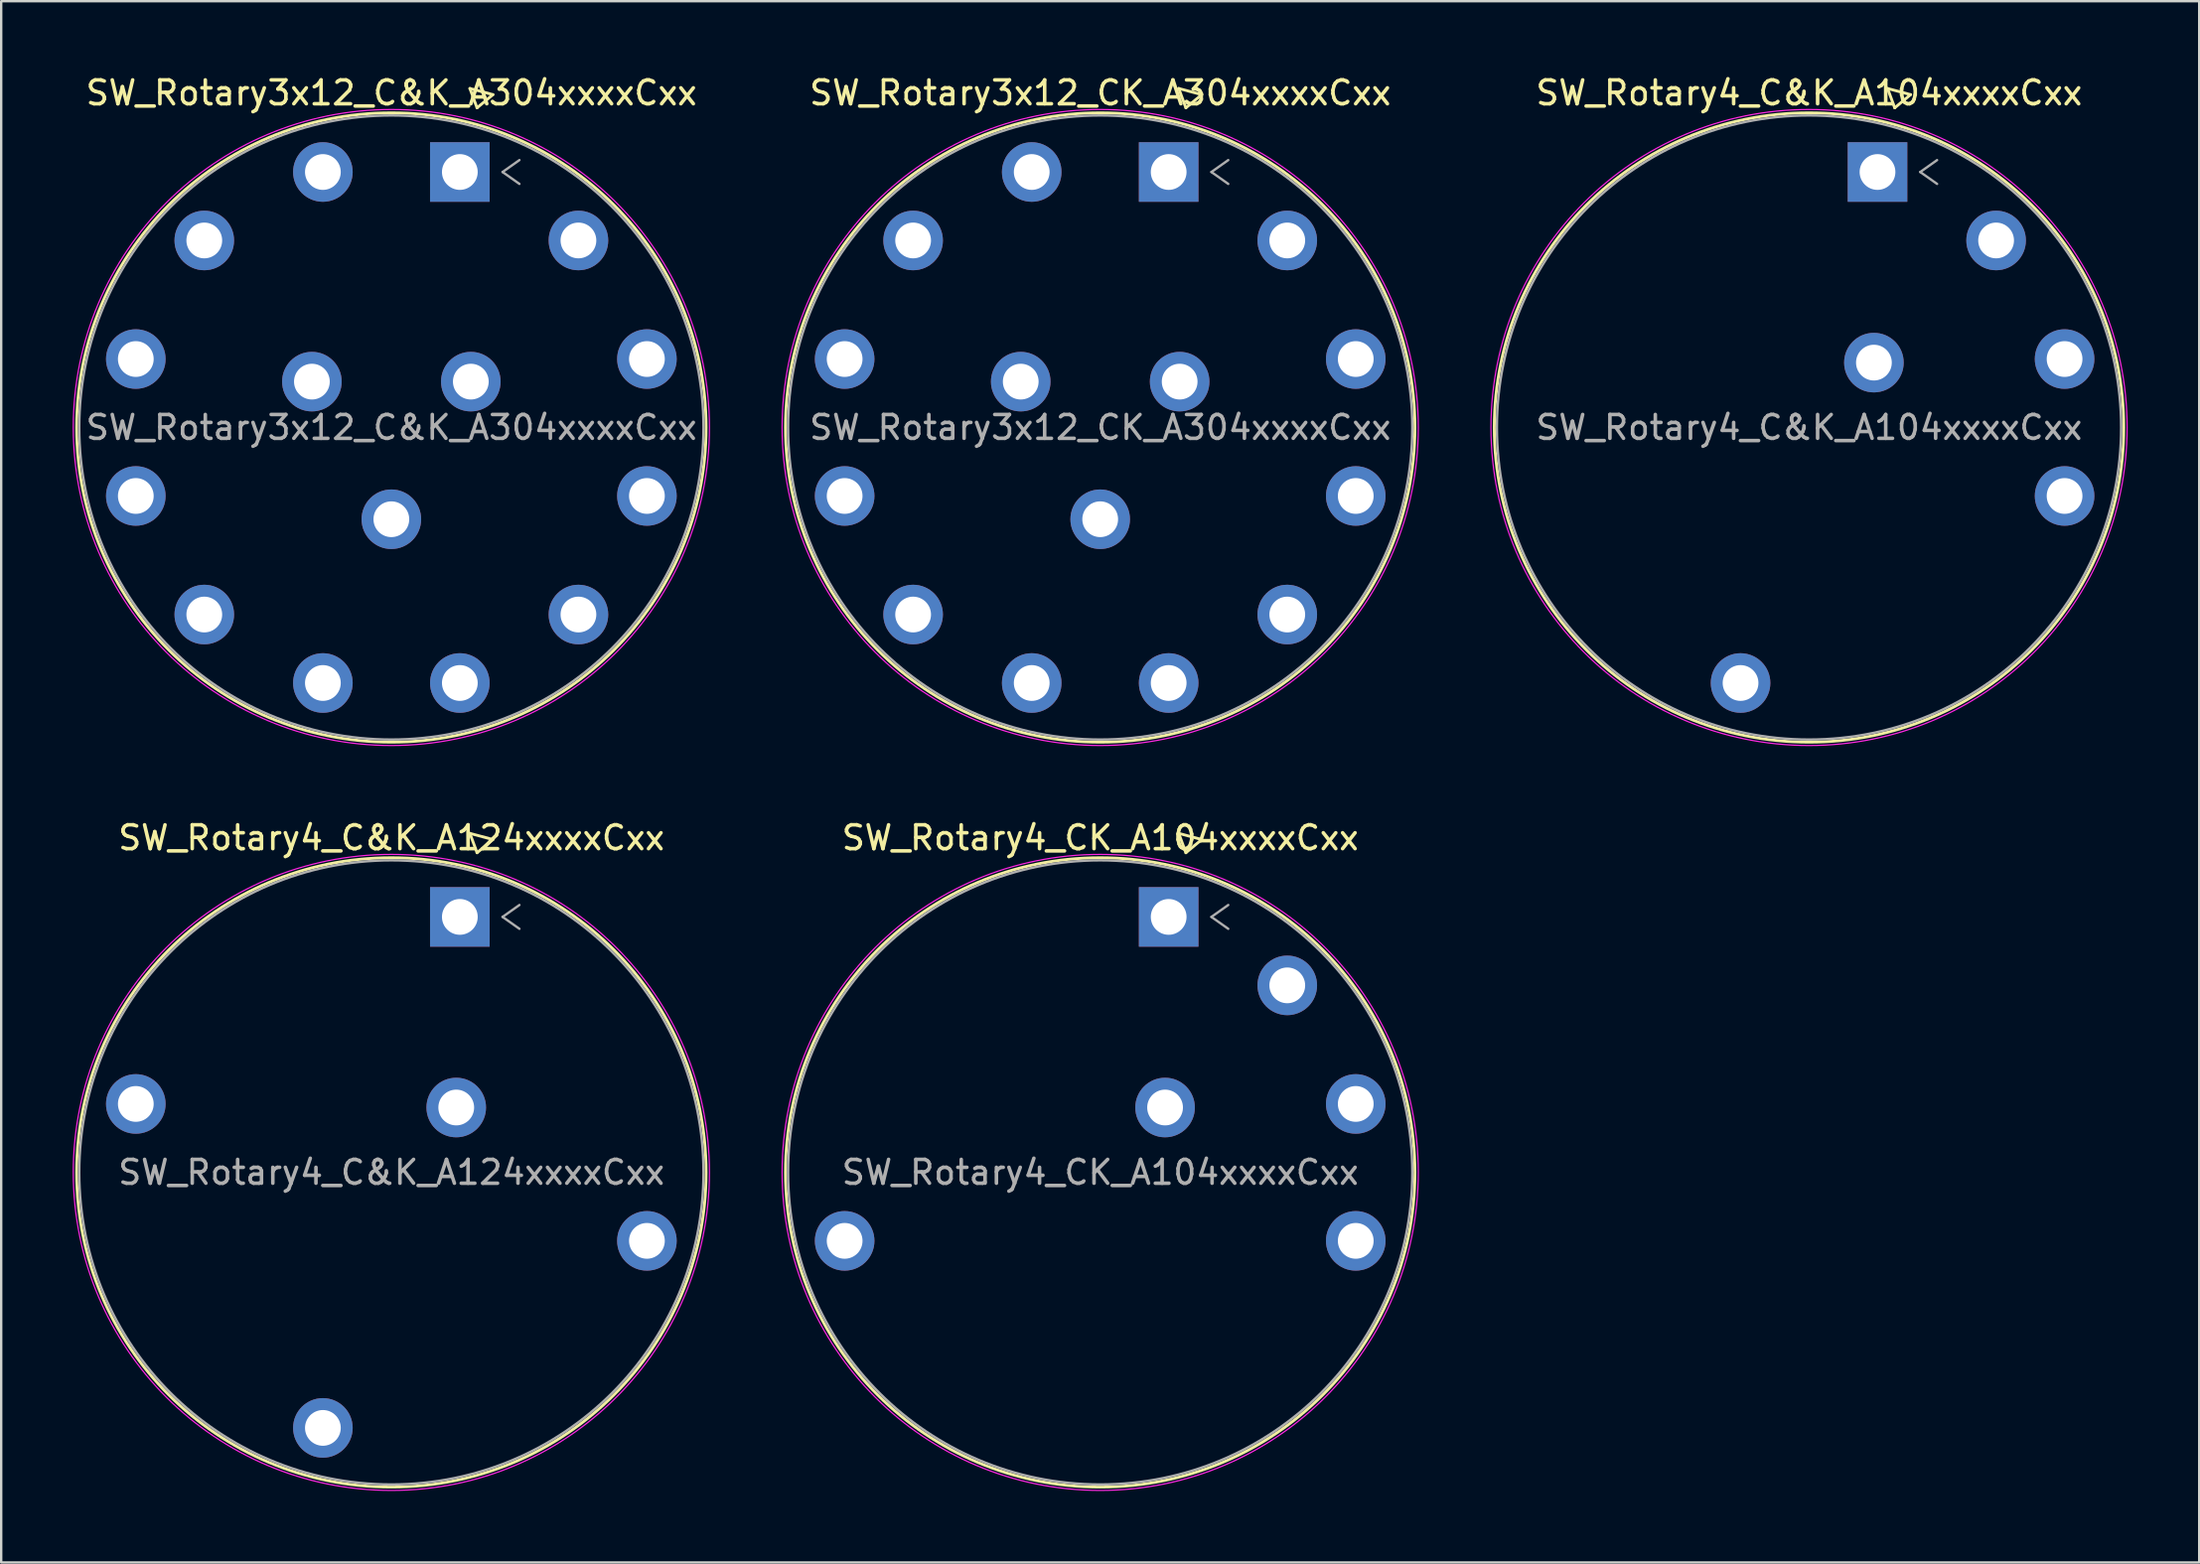
<source format=kicad_pcb>
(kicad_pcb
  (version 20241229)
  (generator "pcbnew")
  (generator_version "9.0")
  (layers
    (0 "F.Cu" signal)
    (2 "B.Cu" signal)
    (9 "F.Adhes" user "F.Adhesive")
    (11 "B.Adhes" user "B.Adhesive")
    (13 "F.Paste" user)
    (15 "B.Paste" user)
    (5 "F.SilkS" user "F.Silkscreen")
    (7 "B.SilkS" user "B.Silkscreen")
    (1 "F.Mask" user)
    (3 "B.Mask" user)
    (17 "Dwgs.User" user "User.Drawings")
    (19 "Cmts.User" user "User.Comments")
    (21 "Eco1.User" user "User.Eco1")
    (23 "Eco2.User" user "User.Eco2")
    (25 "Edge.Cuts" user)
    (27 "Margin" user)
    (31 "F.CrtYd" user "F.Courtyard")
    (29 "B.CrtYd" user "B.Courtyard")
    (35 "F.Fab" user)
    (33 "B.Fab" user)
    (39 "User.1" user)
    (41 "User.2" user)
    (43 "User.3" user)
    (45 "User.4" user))
  (footprint "SW_Rotary3x12_CK_A304xxxxCxx"
    (layer "F.Cu")
    (at 45.983 4.168)
    (property "Reference" "SW_Rotary3x12_CK_A304xxxxCxx" (at -2.87 -3.32 0) (layer "F.SilkS") (effects (font (size 1 1) (thickness 0.15))))
    (attr through_hole)
    (fp_line (start 0.422 -3.505) (end 0.722 -2.693) (stroke (width 0.12) (type solid)) (layer "F.SilkS"))
    (fp_line (start 0.722 -2.693) (end 1.388 -3.247) (stroke (width 0.12) (type solid)) (layer "F.SilkS"))
    (fp_line (start 1.388 -3.247) (end 0.422 -3.505) (stroke (width 0.12) (type solid)) (layer "F.SilkS"))
    (fp_circle (center -2.873 10.722) (end 10.332 10.722) (stroke (width 0.12) (type solid)) (fill no) (layer "F.SilkS"))
    (fp_circle (center -2.873 10.722) (end 10.472 10.722) (stroke (width 0.05) (type solid)) (fill no) (layer "F.CrtYd"))
    (fp_line (start 1.793 0) (end 2.5 0.5) (stroke (width 0.1) (type solid)) (layer "F.Fab"))
    (fp_line (start 2.5 -0.5) (end 1.793 0) (stroke (width 0.1) (type solid)) (layer "F.Fab"))
    (fp_circle (center -2.873 10.722) (end 10.222 10.722) (stroke (width 0.1) (type solid)) (fill no) (layer "F.Fab"))
    (fp_text user "${REFERENCE}" (at -2.87 10.72 0) (layer "F.Fab") (effects (font (size 1 1) (thickness 0.15))))
    (pad "1" thru_hole rect (at 0 0) (size 2.5 2.5) (drill 1.5) (layers "*.Cu" "*.Mask"))
    (pad "2" thru_hole circle (at 4.976 2.873) (size 2.5 2.5) (drill 1.5) (layers "*.Cu" "*.Mask"))
    (pad "3" thru_hole circle (at 7.849 7.849) (size 2.5 2.5) (drill 1.5) (layers "*.Cu" "*.Mask"))
    (pad "4" thru_hole circle (at 7.849 13.595) (size 2.5 2.5) (drill 1.5) (layers "*.Cu" "*.Mask"))
    (pad "5" thru_hole circle (at 4.976 18.571) (size 2.5 2.5) (drill 1.5) (layers "*.Cu" "*.Mask"))
    (pad "6" thru_hole circle (at 0 21.444) (size 2.5 2.5) (drill 1.5) (layers "*.Cu" "*.Mask"))
    (pad "7" thru_hole circle (at -5.746 21.444) (size 2.5 2.5) (drill 1.5) (layers "*.Cu" "*.Mask"))
    (pad "8" thru_hole circle (at -10.722 18.571) (size 2.5 2.5) (drill 1.5) (layers "*.Cu" "*.Mask"))
    (pad "9" thru_hole circle (at -13.595 13.595) (size 2.5 2.5) (drill 1.5) (layers "*.Cu" "*.Mask"))
    (pad "10" thru_hole circle (at -13.595 7.849) (size 2.5 2.5) (drill 1.5) (layers "*.Cu" "*.Mask"))
    (pad "11" thru_hole circle (at -10.722 2.873) (size 2.5 2.5) (drill 1.5) (layers "*.Cu" "*.Mask"))
    (pad "12" thru_hole circle (at -5.746 0) (size 2.5 2.5) (drill 1.5) (layers "*.Cu" "*.Mask"))
    (pad "A" thru_hole circle (at 0.461 8.797) (size 2.5 2.5) (drill 1.5) (layers "*.Cu" "*.Mask"))
    (pad "B" thru_hole circle (at -2.873 14.572) (size 2.5 2.5) (drill 1.5) (layers "*.Cu" "*.Mask"))
    (pad "C" thru_hole circle (at -6.207 8.797) (size 2.5 2.5) (drill 1.5) (layers "*.Cu" "*.Mask")))
  (footprint "SW_Rotary4_C&K_A104xxxxCxx"
    (layer "F.Cu")
    (at 75.723 4.168)
    (property "Reference" "SW_Rotary4_C&K_A104xxxxCxx" (at -2.87 -3.32 0) (layer "F.SilkS") (effects (font (size 1 1) (thickness 0.15))))
    (attr through_hole)
    (fp_line (start 0.422 -3.505) (end 0.722 -2.693) (stroke (width 0.12) (type solid)) (layer "F.SilkS"))
    (fp_line (start 0.722 -2.693) (end 1.388 -3.247) (stroke (width 0.12) (type solid)) (layer "F.SilkS"))
    (fp_line (start 1.388 -3.247) (end 0.422 -3.505) (stroke (width 0.12) (type solid)) (layer "F.SilkS"))
    (fp_circle (center -2.873 10.722) (end 10.332 10.722) (stroke (width 0.12) (type solid)) (fill no) (layer "F.SilkS"))
    (fp_circle (center -2.873 10.722) (end 10.472 10.722) (stroke (width 0.05) (type solid)) (fill no) (layer "F.CrtYd"))
    (fp_line (start 1.793 0) (end 2.5 0.5) (stroke (width 0.1) (type solid)) (layer "F.Fab"))
    (fp_line (start 2.5 -0.5) (end 1.793 0) (stroke (width 0.1) (type solid)) (layer "F.Fab"))
    (fp_circle (center -2.873 10.722) (end 10.222 10.722) (stroke (width 0.1) (type solid)) (fill no) (layer "F.Fab"))
    (fp_text user "${REFERENCE}" (at -2.87 10.72 0) (layer "F.Fab") (effects (font (size 1 1) (thickness 0.15))))
    (pad "1" thru_hole rect (at 0 0) (size 2.5 2.5) (drill 1.5) (layers "*.Cu" "*.Mask"))
    (pad "2" thru_hole circle (at 4.976 2.873) (size 2.5 2.5) (drill 1.5) (layers "*.Cu" "*.Mask"))
    (pad "3" thru_hole circle (at 7.849 7.849) (size 2.5 2.5) (drill 1.5) (layers "*.Cu" "*.Mask"))
    (pad "4" thru_hole circle (at 7.849 13.595) (size 2.5 2.5) (drill 1.5) (layers "*.Cu" "*.Mask"))
    (pad "A" thru_hole circle (at -0.151 7.999) (size 2.5 2.5) (drill 1.5) (layers "*.Cu" "*.Mask"))
    (pad "MT" thru_hole circle (at -5.746 21.444) (size 2.5 2.5) (drill 1.5) (layers "*.Cu" "*.Mask")))
  (footprint "SW_Rotary3x12_C&K_A304xxxxCxx"
    (layer "F.Cu")
    (at 16.243 4.168)
    (property "Reference" "SW_Rotary3x12_C&K_A304xxxxCxx" (at -2.87 -3.32 0) (layer "F.SilkS") (effects (font (size 1 1) (thickness 0.15))))
    (attr through_hole)
    (fp_line (start 0.422 -3.505) (end 0.722 -2.693) (stroke (width 0.12) (type solid)) (layer "F.SilkS"))
    (fp_line (start 0.722 -2.693) (end 1.388 -3.247) (stroke (width 0.12) (type solid)) (layer "F.SilkS"))
    (fp_line (start 1.388 -3.247) (end 0.422 -3.505) (stroke (width 0.12) (type solid)) (layer "F.SilkS"))
    (fp_circle (center -2.873 10.722) (end 10.332 10.722) (stroke (width 0.12) (type solid)) (fill no) (layer "F.SilkS"))
    (fp_circle (center -2.873 10.722) (end 10.472 10.722) (stroke (width 0.05) (type solid)) (fill no) (layer "F.CrtYd"))
    (fp_line (start 1.793 0) (end 2.5 0.5) (stroke (width 0.1) (type solid)) (layer "F.Fab"))
    (fp_line (start 2.5 -0.5) (end 1.793 0) (stroke (width 0.1) (type solid)) (layer "F.Fab"))
    (fp_circle (center -2.873 10.722) (end 10.222 10.722) (stroke (width 0.1) (type solid)) (fill no) (layer "F.Fab"))
    (fp_text user "${REFERENCE}" (at -2.87 10.72 0) (layer "F.Fab") (effects (font (size 1 1) (thickness 0.15))))
    (pad "1" thru_hole rect (at 0 0) (size 2.5 2.5) (drill 1.5) (layers "*.Cu" "*.Mask"))
    (pad "2" thru_hole circle (at 4.976 2.873) (size 2.5 2.5) (drill 1.5) (layers "*.Cu" "*.Mask"))
    (pad "3" thru_hole circle (at 7.849 7.849) (size 2.5 2.5) (drill 1.5) (layers "*.Cu" "*.Mask"))
    (pad "4" thru_hole circle (at 7.849 13.595) (size 2.5 2.5) (drill 1.5) (layers "*.Cu" "*.Mask"))
    (pad "5" thru_hole circle (at 4.976 18.571) (size 2.5 2.5) (drill 1.5) (layers "*.Cu" "*.Mask"))
    (pad "6" thru_hole circle (at 0 21.444) (size 2.5 2.5) (drill 1.5) (layers "*.Cu" "*.Mask"))
    (pad "7" thru_hole circle (at -5.746 21.444) (size 2.5 2.5) (drill 1.5) (layers "*.Cu" "*.Mask"))
    (pad "8" thru_hole circle (at -10.722 18.571) (size 2.5 2.5) (drill 1.5) (layers "*.Cu" "*.Mask"))
    (pad "9" thru_hole circle (at -13.595 13.595) (size 2.5 2.5) (drill 1.5) (layers "*.Cu" "*.Mask"))
    (pad "10" thru_hole circle (at -13.595 7.849) (size 2.5 2.5) (drill 1.5) (layers "*.Cu" "*.Mask"))
    (pad "11" thru_hole circle (at -10.722 2.873) (size 2.5 2.5) (drill 1.5) (layers "*.Cu" "*.Mask"))
    (pad "12" thru_hole circle (at -5.746 0) (size 2.5 2.5) (drill 1.5) (layers "*.Cu" "*.Mask"))
    (pad "A" thru_hole circle (at 0.461 8.797) (size 2.5 2.5) (drill 1.5) (layers "*.Cu" "*.Mask"))
    (pad "B" thru_hole circle (at -2.873 14.572) (size 2.5 2.5) (drill 1.5) (layers "*.Cu" "*.Mask"))
    (pad "C" thru_hole circle (at -6.207 8.797) (size 2.5 2.5) (drill 1.5) (layers "*.Cu" "*.Mask")))
  (footprint "SW_Rotary4_C&K_A124xxxxCxx"
    (layer "F.Cu")
    (at 16.243 35.428)
    (property "Reference" "SW_Rotary4_C&K_A124xxxxCxx" (at -2.87 -3.32 0) (layer "F.SilkS") (effects (font (size 1 1) (thickness 0.15))))
    (attr through_hole)
    (fp_line (start 0.422 -3.505) (end 0.722 -2.693) (stroke (width 0.12) (type solid)) (layer "F.SilkS"))
    (fp_line (start 0.722 -2.693) (end 1.388 -3.247) (stroke (width 0.12) (type solid)) (layer "F.SilkS"))
    (fp_line (start 1.388 -3.247) (end 0.422 -3.505) (stroke (width 0.12) (type solid)) (layer "F.SilkS"))
    (fp_circle (center -2.873 10.722) (end 10.332 10.722) (stroke (width 0.12) (type solid)) (fill no) (layer "F.SilkS"))
    (fp_circle (center -2.873 10.722) (end 10.472 10.722) (stroke (width 0.05) (type solid)) (fill no) (layer "F.CrtYd"))
    (fp_line (start 1.793 0) (end 2.5 0.5) (stroke (width 0.1) (type solid)) (layer "F.Fab"))
    (fp_line (start 2.5 -0.5) (end 1.793 0) (stroke (width 0.1) (type solid)) (layer "F.Fab"))
    (fp_circle (center -2.873 10.722) (end 10.222 10.722) (stroke (width 0.1) (type solid)) (fill no) (layer "F.Fab"))
    (fp_text user "${REFERENCE}" (at -2.87 10.72 0) (layer "F.Fab") (effects (font (size 1 1) (thickness 0.15))))
    (pad "1" thru_hole rect (at 0 0) (size 2.5 2.5) (drill 1.5) (layers "*.Cu" "*.Mask"))
    (pad "4" thru_hole circle (at 7.849 13.595) (size 2.5 2.5) (drill 1.5) (layers "*.Cu" "*.Mask"))
    (pad "7" thru_hole circle (at -5.746 21.444) (size 2.5 2.5) (drill 1.5) (layers "*.Cu" "*.Mask"))
    (pad "10" thru_hole circle (at -13.595 7.849) (size 2.5 2.5) (drill 1.5) (layers "*.Cu" "*.Mask"))
    (pad "A" thru_hole circle (at -0.151 7.999) (size 2.5 2.5) (drill 1.5) (layers "*.Cu" "*.Mask")))
  (footprint "SW_Rotary4_CK_A104xxxxCxx"
    (layer "F.Cu")
    (at 45.983 35.428)
    (property "Reference" "SW_Rotary4_CK_A104xxxxCxx" (at -2.87 -3.32 0) (layer "F.SilkS") (effects (font (size 1 1) (thickness 0.15))))
    (attr through_hole)
    (fp_line (start 0.422 -3.505) (end 0.722 -2.693) (stroke (width 0.12) (type solid)) (layer "F.SilkS"))
    (fp_line (start 0.722 -2.693) (end 1.388 -3.247) (stroke (width 0.12) (type solid)) (layer "F.SilkS"))
    (fp_line (start 1.388 -3.247) (end 0.422 -3.505) (stroke (width 0.12) (type solid)) (layer "F.SilkS"))
    (fp_circle (center -2.873 10.722) (end 10.332 10.722) (stroke (width 0.12) (type solid)) (fill no) (layer "F.SilkS"))
    (fp_circle (center -2.873 10.722) (end 10.472 10.722) (stroke (width 0.05) (type solid)) (fill no) (layer "F.CrtYd"))
    (fp_line (start 1.793 0) (end 2.5 0.5) (stroke (width 0.1) (type solid)) (layer "F.Fab"))
    (fp_line (start 2.5 -0.5) (end 1.793 0) (stroke (width 0.1) (type solid)) (layer "F.Fab"))
    (fp_circle (center -2.873 10.722) (end 10.222 10.722) (stroke (width 0.1) (type solid)) (fill no) (layer "F.Fab"))
    (fp_text user "${REFERENCE}" (at -2.87 10.72 0) (layer "F.Fab") (effects (font (size 1 1) (thickness 0.15))))
    (pad "1" thru_hole rect (at 0 0) (size 2.5 2.5) (drill 1.5) (layers "*.Cu" "*.Mask"))
    (pad "2" thru_hole circle (at 4.976 2.873) (size 2.5 2.5) (drill 1.5) (layers "*.Cu" "*.Mask"))
    (pad "3" thru_hole circle (at 7.849 7.849) (size 2.5 2.5) (drill 1.5) (layers "*.Cu" "*.Mask"))
    (pad "4" thru_hole circle (at 7.849 13.595) (size 2.5 2.5) (drill 1.5) (layers "*.Cu" "*.Mask"))
    (pad "A" thru_hole circle (at -0.151 7.999) (size 2.5 2.5) (drill 1.5) (layers "*.Cu" "*.Mask"))
    (pad "MT" thru_hole circle (at -13.595 13.595) (size 2.5 2.5) (drill 1.5) (layers "*.Cu" "*.Mask")))
  (gr_rect
    (start -3 -3)
    (end 89.22 62.52)
    (stroke (width 0.1) (type default))
    (fill no)
    (layer "Edge.Cuts")))
</source>
